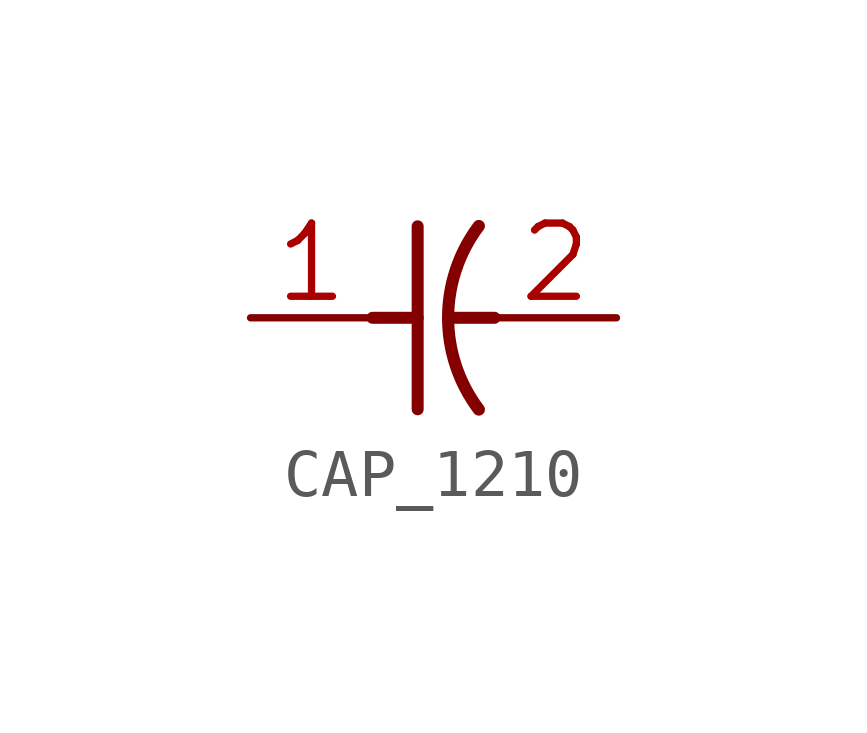
<source format=kicad_sym>
(kicad_symbol_lib
  (version 20241209)
  (generator "kicad_symbol_editor")
  (generator_version "9.0")
  (symbol "CAP_1210"
    (property "Reference" "C"
      (at 0 0 0)
      (effects (font (size 1.27 1.27)) (hide yes)))
    (property "ki_locked" ""
      (at 0 0 0)
      (effects (font (size 1.27 1.27))))
    (symbol "CAP_1210_1_0"
      (polyline (pts (xy -1.27 0) (xy -0.33 0)) (stroke (width 0.25) (type solid)) (fill (type none)))
      (polyline (pts (xy -0.33 -1.905) (xy -0.33 1.905)) (stroke (width 0.25) (type solid)) (fill (type none)))
      (polyline (pts (xy 0.305 0) (xy 1.27 0)) (stroke (width 0.25) (type solid)) (fill (type none)))
      (arc (start 0.9439 -1.9109) (mid 0.3044 0.0001) (end 0.944 1.911) (stroke (width 0.254) (type solid)) (fill (type none)))
      (pin passive line (at -3.81 0 0) (length 2.54) (name "1" (effects (font (size 0 0)))) (number "1" (effects (font (size 1.524 1.524)))))
      (pin passive line (at 3.81 0 180) (length 2.54) (name "2" (effects (font (size 0 0)))) (number "2" (effects (font (size 1.524 1.524))))))))
</source>
